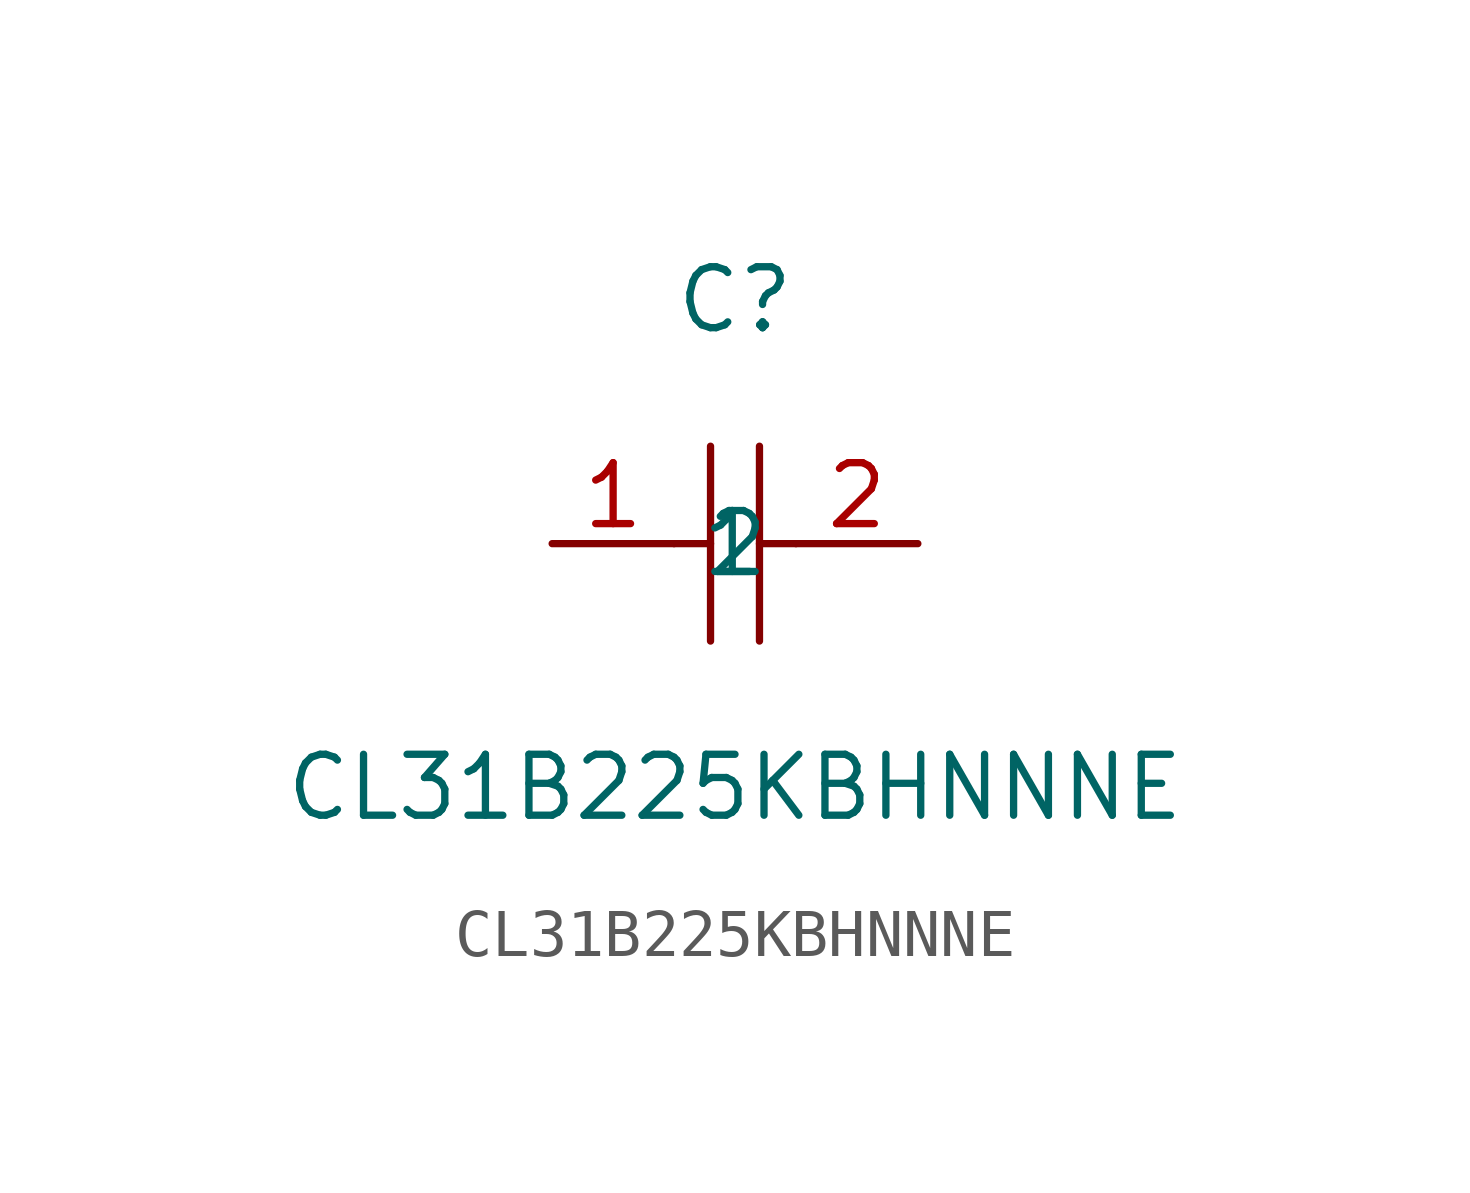
<source format=kicad_sym>
(kicad_symbol_lib
  (version 20211014)
  (generator https://github.com/uPesy/easyeda2kicad.py)
  (symbol "CL31B225KBHNNNE"
    (property "Reference" "C"
      (at 0 5.08 0)
      (effects (font (size 1.27 1.27))))
    (property "Value" "CL31B225KBHNNNE"
      (at 0 -5.08 0)
      (effects (font (size 1.27 1.27))))
    (symbol "CL31B225KBHNNNE_0_1"
      (polyline (pts (xy -0.51 2.03) (xy -0.51 -2.03)) (stroke (width 0) (type default) (color 0 0 0 0)) (fill (type none)))
      (polyline (pts (xy 0.51 2.03) (xy 0.51 -2.03)) (stroke (width 0) (type default) (color 0 0 0 0)) (fill (type none)))
      (polyline (pts (xy -1.27 -0.00) (xy -0.51 -0.00)) (stroke (width 0) (type default) (color 0 0 0 0)) (fill (type none)))
      (polyline (pts (xy 0.51 -0.00) (xy 1.27 -0.00)) (stroke (width 0) (type default) (color 0 0 0 0)) (fill (type none)))
      (pin input line (at -3.81 -0.00 0) (length 2.54) (name "1" (effects (font (size 1.27 1.27)))) (number "1" (effects (font (size 1.27 1.27)))))
      (pin input line (at 3.81 -0.00 180) (length 2.54) (name "2" (effects (font (size 1.27 1.27)))) (number "2" (effects (font (size 1.27 1.27))))))))
</source>
